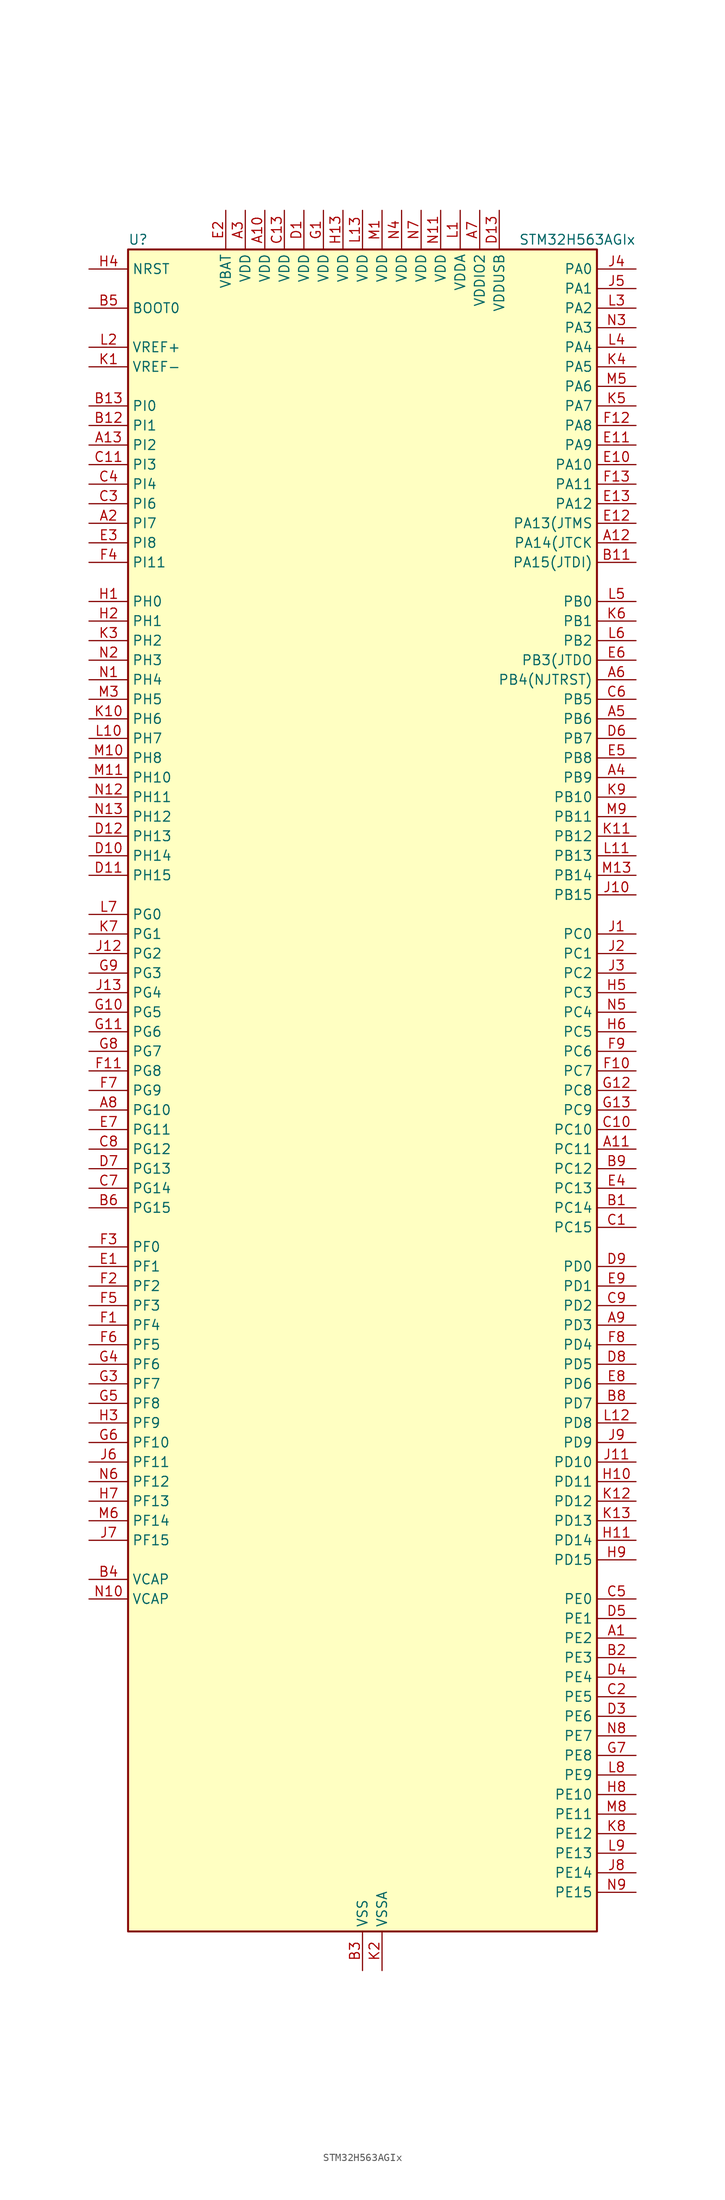
<source format=kicad_sym>
(kicad_symbol_lib
  (version 20231120)
  (generator "kicad_symbol_editor")
  (generator_version "8.0")
  (symbol "STM32H563AGIx"
    (property "Reference" "U"
      (at -30.48 110.49 0)
      (effects (font (size 1.27 1.27)) (justify left)))
    (property "Value" "STM32H563AGIx"
      (at 20.32 110.49 0)
      (effects (font (size 1.27 1.27)) (justify left)))
    (property "ki_locked" ""
      (at 0 0 0)
      (effects (font (size 1.27 1.27))))
    (symbol "STM32H563AGIx_0_1"
      (rectangle (start -30.48 -109.22) (end 30.48 109.22) (stroke (width 0.254) (type default)) (fill (type background))))
    (symbol "STM32H563AGIx_1_1"
      (pin bidirectional line (at 35.56 -71.12 180) (length 5.08) (name "PE2" (effects (font (size 1.27 1.27)))) (number "A1" (effects (font (size 1.27 1.27)))) (alternate "DCMI_D3" bidirectional line) (alternate "DEBUG_TRACECLK" bidirectional line) (alternate "ETH_TXD3" bidirectional line) (alternate "FMC_A23" bidirectional line) (alternate "LPTIM1_IN2" bidirectional line) (alternate "OCTOSPI1_IO2" bidirectional line) (alternate "PSSI_D3" bidirectional line) (alternate "SAI1_CK1" bidirectional line) (alternate "SAI1_MCLK_A" bidirectional line) (alternate "SPI4_SCK" bidirectional line) (alternate "UART8_TX" bidirectional line) (alternate "USART10_RX" bidirectional line))
      (pin power_in line (at -12.7 114.3 270) (length 5.08) (name "VDD" (effects (font (size 1.27 1.27)))) (number "A10" (effects (font (size 1.27 1.27)))))
      (pin bidirectional line (at 35.56 -7.62 180) (length 5.08) (name "PC11" (effects (font (size 1.27 1.27)))) (number "A11" (effects (font (size 1.27 1.27)))) (alternate "ADC1_EXTI11" bidirectional line) (alternate "ADC2_EXTI11" bidirectional line) (alternate "DCMI_D4" bidirectional line) (alternate "I2S3_SDI" bidirectional line) (alternate "LPTIM3_IN1" bidirectional line) (alternate "OCTOSPI1_NCS" bidirectional line) (alternate "PSSI_D4" bidirectional line) (alternate "SDMMC1_D3" bidirectional line) (alternate "SPI3_MISO" bidirectional line) (alternate "UART4_RX" bidirectional line) (alternate "USART3_RX" bidirectional line))
      (pin bidirectional line (at 35.56 71.12 180) (length 5.08) (name "PA14(JTCK" (effects (font (size 1.27 1.27)))) (number "A12" (effects (font (size 1.27 1.27)))) (alternate "DEBUG_JTCK-SWCLK" bidirectional line))
      (pin bidirectional line (at -35.56 83.82 0) (length 5.08) (name "PI2" (effects (font (size 1.27 1.27)))) (number "A13" (effects (font (size 1.27 1.27)))) (alternate "DCMI_D9" bidirectional line) (alternate "I2S2_SDI" bidirectional line) (alternate "PSSI_D9" bidirectional line) (alternate "SPI2_MISO" bidirectional line) (alternate "TIM8_CH4" bidirectional line))
      (pin bidirectional line (at -35.56 73.66 0) (length 5.08) (name "PI7" (effects (font (size 1.27 1.27)))) (number "A2" (effects (font (size 1.27 1.27)))) (alternate "DCMI_D7" bidirectional line) (alternate "PSSI_D7" bidirectional line) (alternate "SAI2_FS_A" bidirectional line) (alternate "TIM8_CH3" bidirectional line))
      (pin power_in line (at -15.24 114.3 270) (length 5.08) (name "VDD" (effects (font (size 1.27 1.27)))) (number "A3" (effects (font (size 1.27 1.27)))))
      (pin bidirectional line (at 35.56 40.64 180) (length 5.08) (name "PB9" (effects (font (size 1.27 1.27)))) (number "A4" (effects (font (size 1.27 1.27)))) (alternate "DAC1_EXTI9" bidirectional line) (alternate "DCMI_D7" bidirectional line) (alternate "FDCAN1_TX" bidirectional line) (alternate "I2C1_SDA" bidirectional line) (alternate "I2C4_SDA" bidirectional line) (alternate "I2S2_WS" bidirectional line) (alternate "I3C1_SDA" bidirectional line) (alternate "PSSI_D7" bidirectional line) (alternate "SDMMC1_CDIR" bidirectional line) (alternate "SDMMC1_D5" bidirectional line) (alternate "SDMMC2_CKIN" bidirectional line) (alternate "SDMMC2_D5" bidirectional line) (alternate "SPI2_NSS" bidirectional line) (alternate "TIM17_CH1" bidirectional line) (alternate "TIM4_CH4" bidirectional line) (alternate "UART4_TX" bidirectional line))
      (pin bidirectional line (at 35.56 48.26 180) (length 5.08) (name "PB6" (effects (font (size 1.27 1.27)))) (number "A5" (effects (font (size 1.27 1.27)))) (alternate "CEC" bidirectional line) (alternate "DCMI_D5" bidirectional line) (alternate "FDCAN2_TX" bidirectional line) (alternate "FMC_SDNE1" bidirectional line) (alternate "I2C1_SCL" bidirectional line) (alternate "I2C4_SCL" bidirectional line) (alternate "I3C1_SCL" bidirectional line) (alternate "LPUART1_TX" bidirectional line) (alternate "OCTOSPI1_NCS" bidirectional line) (alternate "PSSI_D5" bidirectional line) (alternate "TIM16_CH1N" bidirectional line) (alternate "TIM4_CH1" bidirectional line) (alternate "UART5_TX" bidirectional line) (alternate "USART1_TX" bidirectional line))
      (pin bidirectional line (at 35.56 53.34 180) (length 5.08) (name "PB4(NJTRST)" (effects (font (size 1.27 1.27)))) (number "A6" (effects (font (size 1.27 1.27)))) (alternate "DCMI_D7" bidirectional line) (alternate "DEBUG_JTRST" bidirectional line) (alternate "I2S1_SDI" bidirectional line) (alternate "I2S2_WS" bidirectional line) (alternate "I2S3_SDI" bidirectional line) (alternate "LPTIM1_CH2" bidirectional line) (alternate "OCTOSPI1_CLK" bidirectional line) (alternate "PSSI_D7" bidirectional line) (alternate "SDMMC2_D3" bidirectional line) (alternate "SPI1_MISO" bidirectional line) (alternate "SPI2_NSS" bidirectional line) (alternate "SPI3_MISO" bidirectional line) (alternate "SPI6_MISO" bidirectional line) (alternate "TIM16_BKIN" bidirectional line) (alternate "TIM3_CH1" bidirectional line) (alternate "UART7_TX" bidirectional line))
      (pin power_in line (at 15.24 114.3 270) (length 5.08) (name "VDDIO2" (effects (font (size 1.27 1.27)))) (number "A7" (effects (font (size 1.27 1.27)))))
      (pin bidirectional line (at -35.56 -2.54 0) (length 5.08) (name "PG10" (effects (font (size 1.27 1.27)))) (number "A8" (effects (font (size 1.27 1.27)))) (alternate "DCMI_D2" bidirectional line) (alternate "FMC_NE3" bidirectional line) (alternate "I2S1_WS" bidirectional line) (alternate "PSSI_D2" bidirectional line) (alternate "SAI2_SD_B" bidirectional line) (alternate "SDMMC2_D1" bidirectional line) (alternate "SPI1_NSS" bidirectional line))
      (pin bidirectional line (at 35.56 -30.48 180) (length 5.08) (name "PD3" (effects (font (size 1.27 1.27)))) (number "A9" (effects (font (size 1.27 1.27)))) (alternate "DCMI_D5" bidirectional line) (alternate "FMC_CLK" bidirectional line) (alternate "I2S2_CK" bidirectional line) (alternate "PSSI_D5" bidirectional line) (alternate "PWR_WKUP8" bidirectional line) (alternate "SPI2_SCK" bidirectional line) (alternate "USART2_CTS" bidirectional line) (alternate "USART2_NSS" bidirectional line))
      (pin bidirectional line (at 35.56 -15.24 180) (length 5.08) (name "PC14" (effects (font (size 1.27 1.27)))) (number "B1" (effects (font (size 1.27 1.27)))) (alternate "RCC_OSC32_IN" bidirectional line))
      (pin passive line (at 0 -114.3 90) (length 5.08) hide (name "VSS" (effects (font (size 1.27 1.27)))) (number "B10" (effects (font (size 1.27 1.27)))))
      (pin bidirectional line (at 35.56 68.58 180) (length 5.08) (name "PA15(JTDI)" (effects (font (size 1.27 1.27)))) (number "B11" (effects (font (size 1.27 1.27)))) (alternate "ADC1_EXTI15" bidirectional line) (alternate "ADC2_EXTI15" bidirectional line) (alternate "CEC" bidirectional line) (alternate "DCMI_D11" bidirectional line) (alternate "DEBUG_JTDI" bidirectional line) (alternate "FMC_NBL1" bidirectional line) (alternate "I2S1_WS" bidirectional line) (alternate "I2S3_WS" bidirectional line) (alternate "LPTIM3_IN2" bidirectional line) (alternate "PSSI_D11" bidirectional line) (alternate "SPI1_NSS" bidirectional line) (alternate "SPI3_NSS" bidirectional line) (alternate "SPI6_NSS" bidirectional line) (alternate "TIM2_CH1" bidirectional line) (alternate "TIM2_ETR" bidirectional line) (alternate "UART4_DE" bidirectional line) (alternate "UART4_RTS" bidirectional line) (alternate "UART7_TX" bidirectional line))
      (pin bidirectional line (at -35.56 86.36 0) (length 5.08) (name "PI1" (effects (font (size 1.27 1.27)))) (number "B12" (effects (font (size 1.27 1.27)))) (alternate "DCMI_D8" bidirectional line) (alternate "I2S2_CK" bidirectional line) (alternate "PSSI_D8" bidirectional line) (alternate "SPI2_SCK" bidirectional line) (alternate "TIM8_BKIN2" bidirectional line))
      (pin bidirectional line (at -35.56 88.9 0) (length 5.08) (name "PI0" (effects (font (size 1.27 1.27)))) (number "B13" (effects (font (size 1.27 1.27)))) (alternate "DCMI_D13" bidirectional line) (alternate "I2S2_WS" bidirectional line) (alternate "PSSI_D13" bidirectional line) (alternate "SPI2_NSS" bidirectional line) (alternate "TIM5_CH4" bidirectional line))
      (pin bidirectional line (at 35.56 -73.66 180) (length 5.08) (name "PE3" (effects (font (size 1.27 1.27)))) (number "B2" (effects (font (size 1.27 1.27)))) (alternate "DEBUG_TRACED0" bidirectional line) (alternate "FMC_A19" bidirectional line) (alternate "SAI1_SD_B" bidirectional line) (alternate "TAMP_IN6" bidirectional line) (alternate "TAMP_OUT3" bidirectional line) (alternate "TIM15_BKIN" bidirectional line) (alternate "USART10_TX" bidirectional line))
      (pin power_in line (at 0 -114.3 90) (length 5.08) (name "VSS" (effects (font (size 1.27 1.27)))) (number "B3" (effects (font (size 1.27 1.27)))))
      (pin power_out line (at -35.56 -63.5 0) (length 5.08) (name "VCAP" (effects (font (size 1.27 1.27)))) (number "B4" (effects (font (size 1.27 1.27)))))
      (pin input line (at -35.56 101.6 0) (length 5.08) (name "BOOT0" (effects (font (size 1.27 1.27)))) (number "B5" (effects (font (size 1.27 1.27)))))
      (pin bidirectional line (at -35.56 -15.24 0) (length 5.08) (name "PG15" (effects (font (size 1.27 1.27)))) (number "B6" (effects (font (size 1.27 1.27)))) (alternate "ADC1_EXTI15" bidirectional line) (alternate "ADC2_EXTI15" bidirectional line) (alternate "DCMI_D13" bidirectional line) (alternate "FMC_SDNCAS" bidirectional line) (alternate "PSSI_D13" bidirectional line) (alternate "SPI4_RDY" bidirectional line) (alternate "USART10_CK" bidirectional line) (alternate "USART6_CTS" bidirectional line) (alternate "USART6_NSS" bidirectional line))
      (pin passive line (at 0 -114.3 90) (length 5.08) hide (name "VSS" (effects (font (size 1.27 1.27)))) (number "B7" (effects (font (size 1.27 1.27)))))
      (pin bidirectional line (at 35.56 -40.64 180) (length 5.08) (name "PD7" (effects (font (size 1.27 1.27)))) (number "B8" (effects (font (size 1.27 1.27)))) (alternate "FMC_NCE" bidirectional line) (alternate "FMC_NE1" bidirectional line) (alternate "I2S1_SDO" bidirectional line) (alternate "LPTIM4_OUT" bidirectional line) (alternate "OCTOSPI1_IO7" bidirectional line) (alternate "SDMMC2_CMD" bidirectional line) (alternate "SPI1_MOSI" bidirectional line) (alternate "USART2_CK" bidirectional line))
      (pin bidirectional line (at 35.56 -10.16 180) (length 5.08) (name "PC12" (effects (font (size 1.27 1.27)))) (number "B9" (effects (font (size 1.27 1.27)))) (alternate "DCMI_D9" bidirectional line) (alternate "DEBUG_TRACED3" bidirectional line) (alternate "I2S3_SDO" bidirectional line) (alternate "PSSI_D9" bidirectional line) (alternate "SDMMC1_CK" bidirectional line) (alternate "SPI3_MOSI" bidirectional line) (alternate "SPI6_SCK" bidirectional line) (alternate "TIM15_CH1" bidirectional line) (alternate "UART5_TX" bidirectional line) (alternate "USART3_CK" bidirectional line))
      (pin bidirectional line (at 35.56 -17.78 180) (length 5.08) (name "PC15" (effects (font (size 1.27 1.27)))) (number "C1" (effects (font (size 1.27 1.27)))) (alternate "ADC1_EXTI15" bidirectional line) (alternate "ADC2_EXTI15" bidirectional line) (alternate "RCC_OSC32_OUT" bidirectional line))
      (pin bidirectional line (at 35.56 -5.08 180) (length 5.08) (name "PC10" (effects (font (size 1.27 1.27)))) (number "C10" (effects (font (size 1.27 1.27)))) (alternate "DCMI_D8" bidirectional line) (alternate "ETH_TXD0" bidirectional line) (alternate "I2S3_CK" bidirectional line) (alternate "LPTIM3_ETR" bidirectional line) (alternate "OCTOSPI1_IO1" bidirectional line) (alternate "PSSI_D8" bidirectional line) (alternate "SDMMC1_D2" bidirectional line) (alternate "SPI3_SCK" bidirectional line) (alternate "UART4_TX" bidirectional line) (alternate "USART3_TX" bidirectional line))
      (pin bidirectional line (at -35.56 81.28 0) (length 5.08) (name "PI3" (effects (font (size 1.27 1.27)))) (number "C11" (effects (font (size 1.27 1.27)))) (alternate "DCMI_D10" bidirectional line) (alternate "I2S2_SDO" bidirectional line) (alternate "PSSI_D10" bidirectional line) (alternate "SPI2_MOSI" bidirectional line) (alternate "TIM8_ETR" bidirectional line))
      (pin passive line (at 0 -114.3 90) (length 5.08) hide (name "VSS" (effects (font (size 1.27 1.27)))) (number "C12" (effects (font (size 1.27 1.27)))))
      (pin power_in line (at -10.16 114.3 270) (length 5.08) (name "VDD" (effects (font (size 1.27 1.27)))) (number "C13" (effects (font (size 1.27 1.27)))))
      (pin bidirectional line (at 35.56 -78.74 180) (length 5.08) (name "PE5" (effects (font (size 1.27 1.27)))) (number "C2" (effects (font (size 1.27 1.27)))) (alternate "DCMI_D6" bidirectional line) (alternate "DEBUG_TRACED2" bidirectional line) (alternate "FMC_A21" bidirectional line) (alternate "PSSI_D6" bidirectional line) (alternate "SAI1_CK2" bidirectional line) (alternate "SAI1_SCK_A" bidirectional line) (alternate "SPI4_MISO" bidirectional line) (alternate "TAMP_IN8" bidirectional line) (alternate "TAMP_OUT7" bidirectional line) (alternate "TIM15_CH1" bidirectional line))
      (pin bidirectional line (at -35.56 76.2 0) (length 5.08) (name "PI6" (effects (font (size 1.27 1.27)))) (number "C3" (effects (font (size 1.27 1.27)))) (alternate "DCMI_D6" bidirectional line) (alternate "PSSI_D6" bidirectional line) (alternate "SAI2_SD_A" bidirectional line) (alternate "TIM8_CH2" bidirectional line))
      (pin bidirectional line (at -35.56 78.74 0) (length 5.08) (name "PI4" (effects (font (size 1.27 1.27)))) (number "C4" (effects (font (size 1.27 1.27)))) (alternate "DCMI_D5" bidirectional line) (alternate "PSSI_D5" bidirectional line) (alternate "SAI2_MCLK_A" bidirectional line) (alternate "SPI2_RDY" bidirectional line) (alternate "TIM8_BKIN" bidirectional line))
      (pin bidirectional line (at 35.56 -66.04 180) (length 5.08) (name "PE0" (effects (font (size 1.27 1.27)))) (number "C5" (effects (font (size 1.27 1.27)))) (alternate "DCMI_D2" bidirectional line) (alternate "FDCAN1_RX" bidirectional line) (alternate "FMC_NBL0" bidirectional line) (alternate "LPTIM1_ETR" bidirectional line) (alternate "LPTIM2_CH2" bidirectional line) (alternate "LPTIM2_ETR" bidirectional line) (alternate "PSSI_D2" bidirectional line) (alternate "SAI2_MCLK_A" bidirectional line) (alternate "SPI3_RDY" bidirectional line) (alternate "TIM4_ETR" bidirectional line) (alternate "UART8_RX" bidirectional line))
      (pin bidirectional line (at 35.56 50.8 180) (length 5.08) (name "PB5" (effects (font (size 1.27 1.27)))) (number "C6" (effects (font (size 1.27 1.27)))) (alternate "DCMI_D10" bidirectional line) (alternate "ETH_PPS_OUT" bidirectional line) (alternate "FDCAN2_RX" bidirectional line) (alternate "FMC_SDCKE1" bidirectional line) (alternate "I2C1_SMBA" bidirectional line) (alternate "I2C4_SMBA" bidirectional line) (alternate "I2S1_SDO" bidirectional line) (alternate "I2S3_SDO" bidirectional line) (alternate "OCTOSPI1_NCLK" bidirectional line) (alternate "PSSI_D10" bidirectional line) (alternate "SPI1_MOSI" bidirectional line) (alternate "SPI3_MOSI" bidirectional line) (alternate "SPI6_MOSI" bidirectional line) (alternate "TIM17_BKIN" bidirectional line) (alternate "TIM3_CH2" bidirectional line) (alternate "UART5_RX" bidirectional line))
      (pin bidirectional line (at -35.56 -12.7 0) (length 5.08) (name "PG14" (effects (font (size 1.27 1.27)))) (number "C7" (effects (font (size 1.27 1.27)))) (alternate "DEBUG_TRACED1" bidirectional line) (alternate "ETH_TXD1" bidirectional line) (alternate "FMC_A25" bidirectional line) (alternate "LPTIM1_CH2" bidirectional line) (alternate "LPTIM1_ETR" bidirectional line) (alternate "LPTIM5_IN1" bidirectional line) (alternate "OCTOSPI1_IO7" bidirectional line) (alternate "SDMMC2_D7" bidirectional line) (alternate "SPI6_MOSI" bidirectional line) (alternate "USART10_RTS" bidirectional line) (alternate "USART6_TX" bidirectional line))
      (pin bidirectional line (at -35.56 -7.62 0) (length 5.08) (name "PG12" (effects (font (size 1.27 1.27)))) (number "C8" (effects (font (size 1.27 1.27)))) (alternate "DCMI_D11" bidirectional line) (alternate "ETH_TXD1" bidirectional line) (alternate "FMC_NE4" bidirectional line) (alternate "LPTIM1_IN1" bidirectional line) (alternate "LPTIM5_CH1" bidirectional line) (alternate "PSSI_D11" bidirectional line) (alternate "PSSI_D15" bidirectional line) (alternate "SDMMC2_D3" bidirectional line) (alternate "SPI6_MISO" bidirectional line) (alternate "USART10_TX" bidirectional line) (alternate "USART6_RTS" bidirectional line))
      (pin bidirectional line (at 35.56 -27.94 180) (length 5.08) (name "PD2" (effects (font (size 1.27 1.27)))) (number "C9" (effects (font (size 1.27 1.27)))) (alternate "DCMI_D11" bidirectional line) (alternate "DEBUG_TRACED2" bidirectional line) (alternate "LPTIM4_ETR" bidirectional line) (alternate "PSSI_D11" bidirectional line) (alternate "PWR_WKUP7" bidirectional line) (alternate "SDMMC1_CMD" bidirectional line) (alternate "TIM15_BKIN" bidirectional line) (alternate "TIM3_ETR" bidirectional line) (alternate "UART5_RX" bidirectional line))
      (pin power_in line (at -7.62 114.3 270) (length 5.08) (name "VDD" (effects (font (size 1.27 1.27)))) (number "D1" (effects (font (size 1.27 1.27)))))
      (pin bidirectional line (at -35.56 30.48 0) (length 5.08) (name "PH14" (effects (font (size 1.27 1.27)))) (number "D10" (effects (font (size 1.27 1.27)))) (alternate "DCMI_D4" bidirectional line) (alternate "FDCAN1_RX" bidirectional line) (alternate "PSSI_D4" bidirectional line) (alternate "TIM8_CH2N" bidirectional line) (alternate "UART4_RX" bidirectional line))
      (pin bidirectional line (at -35.56 27.94 0) (length 5.08) (name "PH15" (effects (font (size 1.27 1.27)))) (number "D11" (effects (font (size 1.27 1.27)))) (alternate "ADC1_EXTI15" bidirectional line) (alternate "ADC2_EXTI15" bidirectional line) (alternate "DCMI_D11" bidirectional line) (alternate "PSSI_D11" bidirectional line) (alternate "TIM8_CH3N" bidirectional line))
      (pin bidirectional line (at -35.56 33.02 0) (length 5.08) (name "PH13" (effects (font (size 1.27 1.27)))) (number "D12" (effects (font (size 1.27 1.27)))) (alternate "DCMI_D3" bidirectional line) (alternate "FDCAN1_TX" bidirectional line) (alternate "LPTIM1_IN2" bidirectional line) (alternate "PSSI_D3" bidirectional line) (alternate "TIM8_CH1N" bidirectional line) (alternate "UART4_TX" bidirectional line) (alternate "UART8_TX" bidirectional line))
      (pin power_in line (at 17.78 114.3 270) (length 5.08) (name "VDDUSB" (effects (font (size 1.27 1.27)))) (number "D13" (effects (font (size 1.27 1.27)))))
      (pin passive line (at 0 -114.3 90) (length 5.08) hide (name "VSS" (effects (font (size 1.27 1.27)))) (number "D2" (effects (font (size 1.27 1.27)))))
      (pin bidirectional line (at 35.56 -81.28 180) (length 5.08) (name "PE6" (effects (font (size 1.27 1.27)))) (number "D3" (effects (font (size 1.27 1.27)))) (alternate "DCMI_D7" bidirectional line) (alternate "DEBUG_TRACED3" bidirectional line) (alternate "FMC_A22" bidirectional line) (alternate "PSSI_D7" bidirectional line) (alternate "SAI1_D1" bidirectional line) (alternate "SAI1_SD_A" bidirectional line) (alternate "SAI2_MCLK_B" bidirectional line) (alternate "SPI4_MOSI" bidirectional line) (alternate "TAMP_IN3" bidirectional line) (alternate "TAMP_OUT6" bidirectional line) (alternate "TIM15_CH2" bidirectional line) (alternate "TIM1_BKIN2" bidirectional line))
      (pin bidirectional line (at 35.56 -76.2 180) (length 5.08) (name "PE4" (effects (font (size 1.27 1.27)))) (number "D4" (effects (font (size 1.27 1.27)))) (alternate "DCMI_D4" bidirectional line) (alternate "DEBUG_TRACED1" bidirectional line) (alternate "FMC_A20" bidirectional line) (alternate "PSSI_D4" bidirectional line) (alternate "SAI1_D2" bidirectional line) (alternate "SAI1_FS_A" bidirectional line) (alternate "SPI4_NSS" bidirectional line) (alternate "TAMP_IN7" bidirectional line) (alternate "TAMP_OUT8" bidirectional line) (alternate "TIM15_CH1N" bidirectional line))
      (pin bidirectional line (at 35.56 -68.58 180) (length 5.08) (name "PE1" (effects (font (size 1.27 1.27)))) (number "D5" (effects (font (size 1.27 1.27)))) (alternate "DCMI_D3" bidirectional line) (alternate "FDCAN1_TX" bidirectional line) (alternate "FMC_NBL1" bidirectional line) (alternate "LPTIM1_IN2" bidirectional line) (alternate "PSSI_D3" bidirectional line) (alternate "UART8_TX" bidirectional line))
      (pin bidirectional line (at 35.56 45.72 180) (length 5.08) (name "PB7" (effects (font (size 1.27 1.27)))) (number "D6" (effects (font (size 1.27 1.27)))) (alternate "DCMI_VSYNC" bidirectional line) (alternate "FDCAN1_TX" bidirectional line) (alternate "FMC_NL" bidirectional line) (alternate "I2C1_SDA" bidirectional line) (alternate "I2C4_SDA" bidirectional line) (alternate "I3C1_SDA" bidirectional line) (alternate "LPUART1_RX" bidirectional line) (alternate "PSSI_RDY" bidirectional line) (alternate "PWR_WKUP5" bidirectional line) (alternate "SDMMC2_CKIN" bidirectional line) (alternate "SDMMC2_D5" bidirectional line) (alternate "TIM17_CH1N" bidirectional line) (alternate "TIM4_CH2" bidirectional line) (alternate "USART1_RX" bidirectional line))
      (pin bidirectional line (at -35.56 -10.16 0) (length 5.08) (name "PG13" (effects (font (size 1.27 1.27)))) (number "D7" (effects (font (size 1.27 1.27)))) (alternate "DEBUG_TRACED0" bidirectional line) (alternate "ETH_TXD0" bidirectional line) (alternate "FMC_A24" bidirectional line) (alternate "LPTIM1_CH1" bidirectional line) (alternate "LPTIM5_CH2" bidirectional line) (alternate "SDMMC2_D6" bidirectional line) (alternate "SPI6_SCK" bidirectional line) (alternate "USART10_CTS" bidirectional line) (alternate "USART10_NSS" bidirectional line) (alternate "USART6_CTS" bidirectional line) (alternate "USART6_NSS" bidirectional line))
      (pin bidirectional line (at 35.56 -35.56 180) (length 5.08) (name "PD5" (effects (font (size 1.27 1.27)))) (number "D8" (effects (font (size 1.27 1.27)))) (alternate "FDCAN1_TX" bidirectional line) (alternate "FMC_NWE" bidirectional line) (alternate "OCTOSPI1_IO5" bidirectional line) (alternate "SPI2_RDY" bidirectional line) (alternate "TIM1_CH4N" bidirectional line) (alternate "USART2_TX" bidirectional line))
      (pin bidirectional line (at 35.56 -22.86 180) (length 5.08) (name "PD0" (effects (font (size 1.27 1.27)))) (number "D9" (effects (font (size 1.27 1.27)))) (alternate "FDCAN1_RX" bidirectional line) (alternate "FMC_D2" bidirectional line) (alternate "FMC_DA2" bidirectional line) (alternate "TIM8_CH4N" bidirectional line) (alternate "UART4_RX" bidirectional line) (alternate "UART9_CTS" bidirectional line))
      (pin bidirectional line (at -35.56 -22.86 0) (length 5.08) (name "PF1" (effects (font (size 1.27 1.27)))) (number "E1" (effects (font (size 1.27 1.27)))) (alternate "FMC_A1" bidirectional line) (alternate "I2C2_SCL" bidirectional line) (alternate "LPTIM5_CH2" bidirectional line))
      (pin bidirectional line (at 35.56 81.28 180) (length 5.08) (name "PA10" (effects (font (size 1.27 1.27)))) (number "E10" (effects (font (size 1.27 1.27)))) (alternate "DCMI_D1" bidirectional line) (alternate "FDCAN2_TX" bidirectional line) (alternate "LPTIM2_IN2" bidirectional line) (alternate "LPUART1_RX" bidirectional line) (alternate "PSSI_D1" bidirectional line) (alternate "SDMMC1_D0" bidirectional line) (alternate "TIM1_CH3" bidirectional line) (alternate "UCPD1_FRSTX" bidirectional line) (alternate "USART1_RX" bidirectional line))
      (pin bidirectional line (at 35.56 83.82 180) (length 5.08) (name "PA9" (effects (font (size 1.27 1.27)))) (number "E11" (effects (font (size 1.27 1.27)))) (alternate "DAC1_EXTI9" bidirectional line) (alternate "DCMI_D0" bidirectional line) (alternate "ETH_TX_ER" bidirectional line) (alternate "FMC_NWE" bidirectional line) (alternate "I2C3_SMBA" bidirectional line) (alternate "I2S2_CK" bidirectional line) (alternate "LPUART1_TX" bidirectional line) (alternate "PSSI_D0" bidirectional line) (alternate "SPI2_SCK" bidirectional line) (alternate "TIM1_CH2" bidirectional line) (alternate "UCPD1_DB1" bidirectional line) (alternate "USART1_TX" bidirectional line))
      (pin bidirectional line (at 35.56 73.66 180) (length 5.08) (name "PA13(JTMS" (effects (font (size 1.27 1.27)))) (number "E12" (effects (font (size 1.27 1.27)))) (alternate "DEBUG_JTMS-SWDIO" bidirectional line))
      (pin bidirectional line (at 35.56 76.2 180) (length 5.08) (name "PA12" (effects (font (size 1.27 1.27)))) (number "E13" (effects (font (size 1.27 1.27)))) (alternate "FDCAN1_TX" bidirectional line) (alternate "I2S2_CK" bidirectional line) (alternate "LPUART1_RTS" bidirectional line) (alternate "SAI2_FS_B" bidirectional line) (alternate "SPI2_SCK" bidirectional line) (alternate "TIM1_ETR" bidirectional line) (alternate "UART4_TX" bidirectional line) (alternate "USART1_RTS" bidirectional line) (alternate "USB_DP" bidirectional line))
      (pin power_in line (at -17.78 114.3 270) (length 5.08) (name "VBAT" (effects (font (size 1.27 1.27)))) (number "E2" (effects (font (size 1.27 1.27)))))
      (pin bidirectional line (at -35.56 71.12 0) (length 5.08) (name "PI8" (effects (font (size 1.27 1.27)))) (number "E3" (effects (font (size 1.27 1.27)))) (alternate "PWR_WKUP3" bidirectional line) (alternate "RTC_OUT2" bidirectional line) (alternate "TAMP_IN2" bidirectional line) (alternate "TAMP_OUT3" bidirectional line))
      (pin bidirectional line (at 35.56 -12.7 180) (length 5.08) (name "PC13" (effects (font (size 1.27 1.27)))) (number "E4" (effects (font (size 1.27 1.27)))) (alternate "PWR_WKUP4" bidirectional line) (alternate "RTC_OUT1" bidirectional line) (alternate "RTC_TS" bidirectional line) (alternate "TAMP_IN1" bidirectional line) (alternate "TAMP_OUT2" bidirectional line) (alternate "TAMP_OUT3" bidirectional line))
      (pin bidirectional line (at 35.56 43.18 180) (length 5.08) (name "PB8" (effects (font (size 1.27 1.27)))) (number "E5" (effects (font (size 1.27 1.27)))) (alternate "DCMI_D6" bidirectional line) (alternate "ETH_TXD3" bidirectional line) (alternate "FDCAN1_RX" bidirectional line) (alternate "I2C1_SCL" bidirectional line) (alternate "I2C4_SCL" bidirectional line) (alternate "I3C1_SCL" bidirectional line) (alternate "PSSI_D6" bidirectional line) (alternate "SDMMC1_CKIN" bidirectional line) (alternate "SDMMC1_D4" bidirectional line) (alternate "SDMMC2_D4" bidirectional line) (alternate "SPI4_RDY" bidirectional line) (alternate "TIM16_CH1" bidirectional line) (alternate "TIM4_CH3" bidirectional line) (alternate "UART4_RX" bidirectional line))
      (pin bidirectional line (at 35.56 55.88 180) (length 5.08) (name "PB3(JTDO" (effects (font (size 1.27 1.27)))) (number "E6" (effects (font (size 1.27 1.27)))) (alternate "CRS_SYNC" bidirectional line) (alternate "DEBUG_JTDO-SWO" bidirectional line) (alternate "I2C2_SDA" bidirectional line) (alternate "I2S1_CK" bidirectional line) (alternate "I2S3_CK" bidirectional line) (alternate "LPTIM6_ETR" bidirectional line) (alternate "SDMMC2_D2" bidirectional line) (alternate "SPI1_SCK" bidirectional line) (alternate "SPI3_SCK" bidirectional line) (alternate "SPI6_SCK" bidirectional line) (alternate "TIM2_CH2" bidirectional line) (alternate "UART12_CTS" bidirectional line) (alternate "UART7_RX" bidirectional line))
      (pin bidirectional line (at -35.56 -5.08 0) (length 5.08) (name "PG11" (effects (font (size 1.27 1.27)))) (number "E7" (effects (font (size 1.27 1.27)))) (alternate "ADC1_EXTI11" bidirectional line) (alternate "ADC2_EXTI11" bidirectional line) (alternate "DCMI_D3" bidirectional line) (alternate "ETH_TX_EN" bidirectional line) (alternate "I2S1_CK" bidirectional line) (alternate "LPTIM1_IN2" bidirectional line) (alternate "PSSI_D3" bidirectional line) (alternate "SDMMC2_D2" bidirectional line) (alternate "SPI1_SCK" bidirectional line) (alternate "USART10_RX" bidirectional line) (alternate "USART11_RTS" bidirectional line))
      (pin bidirectional line (at 35.56 -38.1 180) (length 5.08) (name "PD6" (effects (font (size 1.27 1.27)))) (number "E8" (effects (font (size 1.27 1.27)))) (alternate "DCMI_D10" bidirectional line) (alternate "FMC_NWAIT" bidirectional line) (alternate "I2S3_SDO" bidirectional line) (alternate "OCTOSPI1_IO6" bidirectional line) (alternate "PSSI_D10" bidirectional line) (alternate "SAI1_D1" bidirectional line) (alternate "SAI1_SD_A" bidirectional line) (alternate "SDMMC2_CK" bidirectional line) (alternate "SPI3_MOSI" bidirectional line) (alternate "USART2_RX" bidirectional line))
      (pin bidirectional line (at 35.56 -25.4 180) (length 5.08) (name "PD1" (effects (font (size 1.27 1.27)))) (number "E9" (effects (font (size 1.27 1.27)))) (alternate "FDCAN1_TX" bidirectional line) (alternate "FMC_D3" bidirectional line) (alternate "FMC_DA3" bidirectional line) (alternate "UART4_TX" bidirectional line))
      (pin bidirectional line (at -35.56 -30.48 0) (length 5.08) (name "PF4" (effects (font (size 1.27 1.27)))) (number "F1" (effects (font (size 1.27 1.27)))) (alternate "FMC_A4" bidirectional line) (alternate "LPTIM3_ETR" bidirectional line) (alternate "USART11_RX" bidirectional line))
      (pin bidirectional line (at 35.56 2.54 180) (length 5.08) (name "PC7" (effects (font (size 1.27 1.27)))) (number "F10" (effects (font (size 1.27 1.27)))) (alternate "DCMI_D1" bidirectional line) (alternate "DEBUG_TRGIO" bidirectional line) (alternate "FMC_NE1" bidirectional line) (alternate "I2S3_MCK" bidirectional line) (alternate "OCTOSPI1_IO6" bidirectional line) (alternate "PSSI_D1" bidirectional line) (alternate "SDMMC1_D123DIR" bidirectional line) (alternate "SDMMC1_D7" bidirectional line) (alternate "SDMMC2_D7" bidirectional line) (alternate "TIM3_CH2" bidirectional line) (alternate "TIM8_CH2" bidirectional line) (alternate "USART6_RX" bidirectional line))
      (pin bidirectional line (at -35.56 2.54 0) (length 5.08) (name "PG8" (effects (font (size 1.27 1.27)))) (number "F11" (effects (font (size 1.27 1.27)))) (alternate "ETH_PPS_OUT" bidirectional line) (alternate "FMC_SDCLK" bidirectional line) (alternate "SPI6_NSS" bidirectional line) (alternate "TIM8_ETR" bidirectional line) (alternate "USART6_RTS" bidirectional line))
      (pin bidirectional line (at 35.56 86.36 180) (length 5.08) (name "PA8" (effects (font (size 1.27 1.27)))) (number "F12" (effects (font (size 1.27 1.27)))) (alternate "DCMI_D3" bidirectional line) (alternate "FMC_NOE" bidirectional line) (alternate "I2C3_SCL" bidirectional line) (alternate "PSSI_D3" bidirectional line) (alternate "RCC_MCO_1" bidirectional line) (alternate "SPI1_RDY" bidirectional line) (alternate "TIM1_CH1" bidirectional line) (alternate "TIM8_BKIN2" bidirectional line) (alternate "UART7_RX" bidirectional line) (alternate "USART1_CK" bidirectional line) (alternate "USB_SOF" bidirectional line))
      (pin bidirectional line (at 35.56 78.74 180) (length 5.08) (name "PA11" (effects (font (size 1.27 1.27)))) (number "F13" (effects (font (size 1.27 1.27)))) (alternate "ADC1_EXTI11" bidirectional line) (alternate "ADC2_EXTI11" bidirectional line) (alternate "FDCAN1_RX" bidirectional line) (alternate "I2S2_WS" bidirectional line) (alternate "LPUART1_CTS" bidirectional line) (alternate "SPI2_NSS" bidirectional line) (alternate "TIM1_CH4" bidirectional line) (alternate "UART4_RX" bidirectional line) (alternate "USART1_CTS" bidirectional line) (alternate "USART1_NSS" bidirectional line) (alternate "USB_DM" bidirectional line))
      (pin bidirectional line (at -35.56 -25.4 0) (length 5.08) (name "PF2" (effects (font (size 1.27 1.27)))) (number "F2" (effects (font (size 1.27 1.27)))) (alternate "FMC_A2" bidirectional line) (alternate "I2C2_SMBA" bidirectional line) (alternate "LPTIM3_CH2" bidirectional line) (alternate "LPTIM3_IN2" bidirectional line) (alternate "LPTIM5_IN1" bidirectional line) (alternate "UART12_TX" bidirectional line) (alternate "USART11_CK" bidirectional line))
      (pin bidirectional line (at -35.56 -20.32 0) (length 5.08) (name "PF0" (effects (font (size 1.27 1.27)))) (number "F3" (effects (font (size 1.27 1.27)))) (alternate "FMC_A0" bidirectional line) (alternate "I2C2_SDA" bidirectional line) (alternate "LPTIM5_CH1" bidirectional line))
      (pin bidirectional line (at -35.56 68.58 0) (length 5.08) (name "PI11" (effects (font (size 1.27 1.27)))) (number "F4" (effects (font (size 1.27 1.27)))) (alternate "ADC1_EXTI11" bidirectional line) (alternate "ADC2_EXTI11" bidirectional line) (alternate "PSSI_D15" bidirectional line) (alternate "TAMP_IN4" bidirectional line) (alternate "TAMP_OUT5" bidirectional line))
      (pin bidirectional line (at -35.56 -27.94 0) (length 5.08) (name "PF3" (effects (font (size 1.27 1.27)))) (number "F5" (effects (font (size 1.27 1.27)))) (alternate "FMC_A3" bidirectional line) (alternate "LPTIM3_IN1" bidirectional line) (alternate "LPTIM5_IN2" bidirectional line) (alternate "USART11_TX" bidirectional line))
      (pin bidirectional line (at -35.56 -33.02 0) (length 5.08) (name "PF5" (effects (font (size 1.27 1.27)))) (number "F6" (effects (font (size 1.27 1.27)))) (alternate "FMC_A5" bidirectional line) (alternate "I2C4_SCL" bidirectional line) (alternate "I3C1_SCL" bidirectional line) (alternate "LPTIM3_CH1" bidirectional line) (alternate "LPTIM3_IN1" bidirectional line) (alternate "UART12_RX" bidirectional line) (alternate "USART11_CTS" bidirectional line) (alternate "USART11_NSS" bidirectional line))
      (pin bidirectional line (at -35.56 0 0) (length 5.08) (name "PG9" (effects (font (size 1.27 1.27)))) (number "F7" (effects (font (size 1.27 1.27)))) (alternate "DAC1_EXTI9" bidirectional line) (alternate "DCMI_VSYNC" bidirectional line) (alternate "FMC_NCE" bidirectional line) (alternate "FMC_NE2" bidirectional line) (alternate "I2S1_SDI" bidirectional line) (alternate "OCTOSPI1_IO6" bidirectional line) (alternate "PSSI_RDY" bidirectional line) (alternate "SAI2_FS_B" bidirectional line) (alternate "SDMMC2_D0" bidirectional line) (alternate "SPI1_MISO" bidirectional line) (alternate "USART6_RX" bidirectional line))
      (pin bidirectional line (at 35.56 -33.02 180) (length 5.08) (name "PD4" (effects (font (size 1.27 1.27)))) (number "F8" (effects (font (size 1.27 1.27)))) (alternate "FMC_NOE" bidirectional line) (alternate "OCTOSPI1_IO4" bidirectional line) (alternate "USART2_RTS" bidirectional line))
      (pin bidirectional line (at 35.56 5.08 180) (length 5.08) (name "PC6" (effects (font (size 1.27 1.27)))) (number "F9" (effects (font (size 1.27 1.27)))) (alternate "DCMI_D0" bidirectional line) (alternate "FMC_NWAIT" bidirectional line) (alternate "I2S2_MCK" bidirectional line) (alternate "OCTOSPI1_IO5" bidirectional line) (alternate "PSSI_D0" bidirectional line) (alternate "SAI1_SCK_A" bidirectional line) (alternate "SDMMC1_D0DIR" bidirectional line) (alternate "SDMMC1_D6" bidirectional line) (alternate "SDMMC2_D6" bidirectional line) (alternate "TIM3_CH1" bidirectional line) (alternate "TIM8_CH1" bidirectional line) (alternate "USART6_TX" bidirectional line))
      (pin power_in line (at -5.08 114.3 270) (length 5.08) (name "VDD" (effects (font (size 1.27 1.27)))) (number "G1" (effects (font (size 1.27 1.27)))))
      (pin bidirectional line (at -35.56 10.16 0) (length 5.08) (name "PG5" (effects (font (size 1.27 1.27)))) (number "G10" (effects (font (size 1.27 1.27)))) (alternate "FMC_A15" bidirectional line) (alternate "FMC_BA1" bidirectional line) (alternate "TIM1_ETR" bidirectional line))
      (pin bidirectional line (at -35.56 7.62 0) (length 5.08) (name "PG6" (effects (font (size 1.27 1.27)))) (number "G11" (effects (font (size 1.27 1.27)))) (alternate "DCMI_D12" bidirectional line) (alternate "FMC_NE3" bidirectional line) (alternate "I2C4_SDA" bidirectional line) (alternate "I3C1_SDA" bidirectional line) (alternate "OCTOSPI1_NCS" bidirectional line) (alternate "PSSI_D12" bidirectional line) (alternate "SPI1_RDY" bidirectional line) (alternate "TIM17_BKIN" bidirectional line) (alternate "UCPD1_FRSTX" bidirectional line))
      (pin bidirectional line (at 35.56 0 180) (length 5.08) (name "PC8" (effects (font (size 1.27 1.27)))) (number "G12" (effects (font (size 1.27 1.27)))) (alternate "DCMI_D2" bidirectional line) (alternate "DEBUG_TRACED1" bidirectional line) (alternate "FMC_ALE" bidirectional line) (alternate "FMC_INT" bidirectional line) (alternate "FMC_NCE" bidirectional line) (alternate "FMC_NE2" bidirectional line) (alternate "PSSI_D2" bidirectional line) (alternate "SDMMC1_D0" bidirectional line) (alternate "TIM3_CH3" bidirectional line) (alternate "TIM8_CH3" bidirectional line) (alternate "UART5_DE" bidirectional line) (alternate "UART5_RTS" bidirectional line) (alternate "USART6_CK" bidirectional line))
      (pin bidirectional line (at 35.56 -2.54 180) (length 5.08) (name "PC9" (effects (font (size 1.27 1.27)))) (number "G13" (effects (font (size 1.27 1.27)))) (alternate "AUDIOCLK" bidirectional line) (alternate "DAC1_EXTI9" bidirectional line) (alternate "DCMI_D3" bidirectional line) (alternate "FMC_CLE" bidirectional line) (alternate "I2C3_SDA" bidirectional line) (alternate "OCTOSPI1_IO0" bidirectional line) (alternate "PSSI_D3" bidirectional line) (alternate "RCC_MCO_2" bidirectional line) (alternate "SDMMC1_D1" bidirectional line) (alternate "TIM3_CH4" bidirectional line) (alternate "TIM8_CH4" bidirectional line) (alternate "UART5_CTS" bidirectional line) (alternate "UCPD1_DB2" bidirectional line))
      (pin passive line (at 0 -114.3 90) (length 5.08) hide (name "VSS" (effects (font (size 1.27 1.27)))) (number "G2" (effects (font (size 1.27 1.27)))))
      (pin bidirectional line (at -35.56 -38.1 0) (length 5.08) (name "PF7" (effects (font (size 1.27 1.27)))) (number "G3" (effects (font (size 1.27 1.27)))) (alternate "LPTIM5_CH2" bidirectional line) (alternate "OCTOSPI1_IO2" bidirectional line) (alternate "SAI1_MCLK_B" bidirectional line) (alternate "SPI5_SCK" bidirectional line) (alternate "TIM17_CH1" bidirectional line) (alternate "UART7_TX" bidirectional line))
      (pin bidirectional line (at -35.56 -35.56 0) (length 5.08) (name "PF6" (effects (font (size 1.27 1.27)))) (number "G4" (effects (font (size 1.27 1.27)))) (alternate "LPTIM5_CH1" bidirectional line) (alternate "OCTOSPI1_IO3" bidirectional line) (alternate "SAI1_SD_B" bidirectional line) (alternate "SPI5_NSS" bidirectional line) (alternate "TIM16_CH1" bidirectional line) (alternate "UART7_RX" bidirectional line))
      (pin bidirectional line (at -35.56 -40.64 0) (length 5.08) (name "PF8" (effects (font (size 1.27 1.27)))) (number "G5" (effects (font (size 1.27 1.27)))) (alternate "LPTIM5_IN1" bidirectional line) (alternate "OCTOSPI1_IO0" bidirectional line) (alternate "SAI1_SCK_B" bidirectional line) (alternate "SPI5_MISO" bidirectional line) (alternate "TIM13_CH1" bidirectional line) (alternate "TIM16_CH1N" bidirectional line) (alternate "UART7_RTS" bidirectional line))
      (pin bidirectional line (at -35.56 -45.72 0) (length 5.08) (name "PF10" (effects (font (size 1.27 1.27)))) (number "G6" (effects (font (size 1.27 1.27)))) (alternate "DCMI_D11" bidirectional line) (alternate "OCTOSPI1_CLK" bidirectional line) (alternate "PSSI_D11" bidirectional line) (alternate "PSSI_D15" bidirectional line) (alternate "SAI1_D3" bidirectional line) (alternate "TIM16_BKIN" bidirectional line))
      (pin bidirectional line (at 35.56 -86.36 180) (length 5.08) (name "PE8" (effects (font (size 1.27 1.27)))) (number "G7" (effects (font (size 1.27 1.27)))) (alternate "FMC_D5" bidirectional line) (alternate "FMC_DA5" bidirectional line) (alternate "OCTOSPI1_IO5" bidirectional line) (alternate "TIM1_CH1N" bidirectional line) (alternate "UART12_CTS" bidirectional line) (alternate "UART7_TX" bidirectional line))
      (pin bidirectional line (at -35.56 5.08 0) (length 5.08) (name "PG7" (effects (font (size 1.27 1.27)))) (number "G8" (effects (font (size 1.27 1.27)))) (alternate "DCMI_D13" bidirectional line) (alternate "FMC_INT" bidirectional line) (alternate "I2C4_SCL" bidirectional line) (alternate "I3C1_SCL" bidirectional line) (alternate "PSSI_D13" bidirectional line) (alternate "SAI1_CK2" bidirectional line) (alternate "SAI1_MCLK_A" bidirectional line) (alternate "UCPD1_FRSTX" bidirectional line) (alternate "USART6_CK" bidirectional line))
      (pin bidirectional line (at -35.56 15.24 0) (length 5.08) (name "PG3" (effects (font (size 1.27 1.27)))) (number "G9" (effects (font (size 1.27 1.27)))) (alternate "FMC_A13" bidirectional line) (alternate "LPTIM5_ETR" bidirectional line) (alternate "TIM8_BKIN2" bidirectional line) (alternate "UART12_TX" bidirectional line))
      (pin bidirectional line (at -35.56 63.5 0) (length 5.08) (name "PH0" (effects (font (size 1.27 1.27)))) (number "H1" (effects (font (size 1.27 1.27)))) (alternate "RCC_OSC_IN" bidirectional line))
      (pin bidirectional line (at 35.56 -50.8 180) (length 5.08) (name "PD11" (effects (font (size 1.27 1.27)))) (number "H10" (effects (font (size 1.27 1.27)))) (alternate "ADC1_EXTI11" bidirectional line) (alternate "ADC2_EXTI11" bidirectional line) (alternate "FMC_A16" bidirectional line) (alternate "FMC_CLE" bidirectional line) (alternate "I2C4_SMBA" bidirectional line) (alternate "LPTIM2_IN2" bidirectional line) (alternate "OCTOSPI1_IO0" bidirectional line) (alternate "SAI1_CK1" bidirectional line) (alternate "SAI2_SD_A" bidirectional line) (alternate "UART4_RX" bidirectional line) (alternate "USART3_CTS" bidirectional line) (alternate "USART3_NSS" bidirectional line))
      (pin bidirectional line (at 35.56 -58.42 180) (length 5.08) (name "PD14" (effects (font (size 1.27 1.27)))) (number "H11" (effects (font (size 1.27 1.27)))) (alternate "FMC_D0" bidirectional line) (alternate "FMC_DA0" bidirectional line) (alternate "TIM4_CH3" bidirectional line) (alternate "UART8_CTS" bidirectional line) (alternate "UART9_RX" bidirectional line))
      (pin passive line (at 0 -114.3 90) (length 5.08) hide (name "VSS" (effects (font (size 1.27 1.27)))) (number "H12" (effects (font (size 1.27 1.27)))))
      (pin power_in line (at -2.54 114.3 270) (length 5.08) (name "VDD" (effects (font (size 1.27 1.27)))) (number "H13" (effects (font (size 1.27 1.27)))))
      (pin bidirectional line (at -35.56 60.96 0) (length 5.08) (name "PH1" (effects (font (size 1.27 1.27)))) (number "H2" (effects (font (size 1.27 1.27)))) (alternate "RCC_OSC_OUT" bidirectional line))
      (pin bidirectional line (at -35.56 -43.18 0) (length 5.08) (name "PF9" (effects (font (size 1.27 1.27)))) (number "H3" (effects (font (size 1.27 1.27)))) (alternate "DAC1_EXTI9" bidirectional line) (alternate "LPTIM5_IN2" bidirectional line) (alternate "OCTOSPI1_IO1" bidirectional line) (alternate "SAI1_FS_B" bidirectional line) (alternate "SPI5_MOSI" bidirectional line) (alternate "TIM14_CH1" bidirectional line) (alternate "TIM17_CH1N" bidirectional line) (alternate "UART7_CTS" bidirectional line))
      (pin input line (at -35.56 106.68 0) (length 5.08) (name "NRST" (effects (font (size 1.27 1.27)))) (number "H4" (effects (font (size 1.27 1.27)))))
      (pin bidirectional line (at 35.56 12.7 180) (length 5.08) (name "PC3" (effects (font (size 1.27 1.27)))) (number "H5" (effects (font (size 1.27 1.27)))) (alternate "ADC1_INN12" bidirectional line) (alternate "ADC1_INP13" bidirectional line) (alternate "ADC2_INN12" bidirectional line) (alternate "ADC2_INP13" bidirectional line) (alternate "ETH_TX_CLK" bidirectional line) (alternate "FMC_SDCKE0" bidirectional line) (alternate "I2S2_SDO" bidirectional line) (alternate "LPTIM3_CH1" bidirectional line) (alternate "OCTOSPI1_IO0" bidirectional line) (alternate "OCTOSPI1_IO6" bidirectional line) (alternate "PWR_CSTOP" bidirectional line) (alternate "SAI1_D3" bidirectional line) (alternate "SPI2_MOSI" bidirectional line))
      (pin bidirectional line (at 35.56 7.62 180) (length 5.08) (name "PC5" (effects (font (size 1.27 1.27)))) (number "H6" (effects (font (size 1.27 1.27)))) (alternate "ADC1_INN4" bidirectional line) (alternate "ADC1_INP8" bidirectional line) (alternate "ADC2_INN4" bidirectional line) (alternate "ADC2_INP8" bidirectional line) (alternate "ETH_RXD1" bidirectional line) (alternate "FMC_SDCKE0" bidirectional line) (alternate "OCTOSPI1_DQS" bidirectional line) (alternate "PSSI_D15" bidirectional line) (alternate "SAI1_D3" bidirectional line) (alternate "SAI1_FS_A" bidirectional line) (alternate "TIM1_CH4N" bidirectional line) (alternate "UART12_RTS" bidirectional line))
      (pin bidirectional line (at -35.56 -53.34 0) (length 5.08) (name "PF13" (effects (font (size 1.27 1.27)))) (number "H7" (effects (font (size 1.27 1.27)))) (alternate "ADC2_INP2" bidirectional line) (alternate "FMC_A7" bidirectional line) (alternate "I2C4_SMBA" bidirectional line) (alternate "LPTIM6_IN1" bidirectional line))
      (pin bidirectional line (at 35.56 -91.44 180) (length 5.08) (name "PE10" (effects (font (size 1.27 1.27)))) (number "H8" (effects (font (size 1.27 1.27)))) (alternate "FMC_D7" bidirectional line) (alternate "FMC_DA7" bidirectional line) (alternate "OCTOSPI1_IO7" bidirectional line) (alternate "TIM1_CH2N" bidirectional line) (alternate "UART12_TX" bidirectional line) (alternate "UART7_CTS" bidirectional line))
      (pin bidirectional line (at 35.56 -60.96 180) (length 5.08) (name "PD15" (effects (font (size 1.27 1.27)))) (number "H9" (effects (font (size 1.27 1.27)))) (alternate "ADC1_EXTI15" bidirectional line) (alternate "ADC2_EXTI15" bidirectional line) (alternate "FMC_D1" bidirectional line) (alternate "FMC_DA1" bidirectional line) (alternate "TIM4_CH4" bidirectional line) (alternate "UART8_RTS" bidirectional line) (alternate "UART9_TX" bidirectional line))
      (pin bidirectional line (at 35.56 20.32 180) (length 5.08) (name "PC0" (effects (font (size 1.27 1.27)))) (number "J1" (effects (font (size 1.27 1.27)))) (alternate "ADC1_INP10" bidirectional line) (alternate "ADC2_INP10" bidirectional line) (alternate "FMC_A25" bidirectional line) (alternate "FMC_SDNWE" bidirectional line) (alternate "OCTOSPI1_IO7" bidirectional line) (alternate "SAI1_MCLK_A" bidirectional line) (alternate "SAI2_FS_B" bidirectional line) (alternate "SPI2_RDY" bidirectional line) (alternate "TIM16_BKIN" bidirectional line))
      (pin bidirectional line (at 35.56 25.4 180) (length 5.08) (name "PB15" (effects (font (size 1.27 1.27)))) (number "J10" (effects (font (size 1.27 1.27)))) (alternate "ADC1_EXTI15" bidirectional line) (alternate "ADC2_EXTI15" bidirectional line) (alternate "DCMI_D2" bidirectional line) (alternate "ETH_TXD1" bidirectional line) (alternate "I2S2_SDO" bidirectional line) (alternate "OCTOSPI1_CLK" bidirectional line) (alternate "PSSI_D2" bidirectional line) (alternate "PWR_PVD_IN" bidirectional line) (alternate "RTC_REFIN" bidirectional line) (alternate "SDMMC2_D1" bidirectional line) (alternate "SPI2_MOSI" bidirectional line) (alternate "TIM12_CH2" bidirectional line) (alternate "TIM1_CH3N" bidirectional line) (alternate "TIM8_CH3N" bidirectional line) (alternate "UART4_CTS" bidirectional line) (alternate "UART5_RX" bidirectional line) (alternate "USART11_CTS" bidirectional line) (alternate "USART11_NSS" bidirectional line) (alternate "USART1_RX" bidirectional line))
      (pin bidirectional line (at 35.56 -48.26 180) (length 5.08) (name "PD10" (effects (font (size 1.27 1.27)))) (number "J11" (effects (font (size 1.27 1.27)))) (alternate "FMC_D15" bidirectional line) (alternate "FMC_DA15" bidirectional line) (alternate "LPTIM2_CH2" bidirectional line) (alternate "USART3_CK" bidirectional line))
      (pin bidirectional line (at -35.56 17.78 0) (length 5.08) (name "PG2" (effects (font (size 1.27 1.27)))) (number "J12" (effects (font (size 1.27 1.27)))) (alternate "FMC_A12" bidirectional line) (alternate "LPTIM6_ETR" bidirectional line) (alternate "TIM8_BKIN" bidirectional line) (alternate "UART12_RX" bidirectional line))
      (pin bidirectional line (at -35.56 12.7 0) (length 5.08) (name "PG4" (effects (font (size 1.27 1.27)))) (number "J13" (effects (font (size 1.27 1.27)))) (alternate "FMC_A14" bidirectional line) (alternate "FMC_BA0" bidirectional line) (alternate "LPTIM4_ETR" bidirectional line) (alternate "TIM1_BKIN2" bidirectional line))
      (pin bidirectional line (at 35.56 17.78 180) (length 5.08) (name "PC1" (effects (font (size 1.27 1.27)))) (number "J2" (effects (font (size 1.27 1.27)))) (alternate "ADC1_INN10" bidirectional line) (alternate "ADC1_INP11" bidirectional line) (alternate "ADC2_INN10" bidirectional line) (alternate "ADC2_INP11" bidirectional line) (alternate "DEBUG_TRACED0" bidirectional line) (alternate "ETH_MDC" bidirectional line) (alternate "I2S2_SDO" bidirectional line) (alternate "OCTOSPI1_IO4" bidirectional line) (alternate "PWR_WKUP6" bidirectional line) (alternate "SAI1_D1" bidirectional line) (alternate "SAI1_SD_A" bidirectional line) (alternate "SAI2_SD_A" bidirectional line) (alternate "SDMMC2_CK" bidirectional line) (alternate "SPI2_MOSI" bidirectional line) (alternate "TAMP_IN3" bidirectional line) (alternate "TAMP_OUT5" bidirectional line) (alternate "USART11_RTS" bidirectional line))
      (pin bidirectional line (at 35.56 15.24 180) (length 5.08) (name "PC2" (effects (font (size 1.27 1.27)))) (number "J3" (effects (font (size 1.27 1.27)))) (alternate "ADC1_INN11" bidirectional line) (alternate "ADC1_INP12" bidirectional line) (alternate "ADC2_INN11" bidirectional line) (alternate "ADC2_INP12" bidirectional line) (alternate "ETH_TXD2" bidirectional line) (alternate "FMC_SDNE0" bidirectional line) (alternate "I2S2_SDI" bidirectional line) (alternate "OCTOSPI1_IO2" bidirectional line) (alternate "OCTOSPI1_IO5" bidirectional line) (alternate "PWR_CSLEEP" bidirectional line) (alternate "SPI2_MISO" bidirectional line) (alternate "TIM17_CH1" bidirectional line) (alternate "TIM4_CH4" bidirectional line))
      (pin bidirectional line (at 35.56 106.68 180) (length 5.08) (name "PA0" (effects (font (size 1.27 1.27)))) (number "J4" (effects (font (size 1.27 1.27)))) (alternate "ADC1_INN1" bidirectional line) (alternate "ADC1_INP0" bidirectional line) (alternate "ADC2_INN1" bidirectional line) (alternate "ADC2_INP0" bidirectional line) (alternate "ETH_CRS" bidirectional line) (alternate "PWR_WKUP1" bidirectional line) (alternate "SAI2_SD_B" bidirectional line) (alternate "SDMMC2_CMD" bidirectional line) (alternate "SPI3_RDY" bidirectional line) (alternate "SPI6_NSS" bidirectional line) (alternate "TAMP_IN2" bidirectional line) (alternate "TAMP_OUT1" bidirectional line) (alternate "TIM15_BKIN" bidirectional line) (alternate "TIM2_CH1" bidirectional line) (alternate "TIM2_ETR" bidirectional line) (alternate "TIM5_CH1" bidirectional line) (alternate "TIM8_ETR" bidirectional line) (alternate "UART4_TX" bidirectional line) (alternate "USART2_CTS" bidirectional line) (alternate "USART2_NSS" bidirectional line))
      (pin bidirectional line (at 35.56 104.14 180) (length 5.08) (name "PA1" (effects (font (size 1.27 1.27)))) (number "J5" (effects (font (size 1.27 1.27)))) (alternate "ADC1_INP1" bidirectional line) (alternate "ADC2_INP1" bidirectional line) (alternate "ETH_REF_CLK" bidirectional line) (alternate "ETH_RX_CLK" bidirectional line) (alternate "LPTIM1_IN1" bidirectional line) (alternate "OCTOSPI1_DQS" bidirectional line) (alternate "OCTOSPI1_IO3" bidirectional line) (alternate "SAI2_MCLK_B" bidirectional line) (alternate "TAMP_IN5" bidirectional line) (alternate "TAMP_OUT4" bidirectional line) (alternate "TIM15_CH1N" bidirectional line) (alternate "TIM2_CH2" bidirectional line) (alternate "TIM5_CH2" bidirectional line) (alternate "UART4_RX" bidirectional line) (alternate "USART2_RTS" bidirectional line))
      (pin bidirectional line (at -35.56 -48.26 0) (length 5.08) (name "PF11" (effects (font (size 1.27 1.27)))) (number "J6" (effects (font (size 1.27 1.27)))) (alternate "ADC1_EXTI11" bidirectional line) (alternate "ADC1_INP2" bidirectional line) (alternate "ADC2_EXTI11" bidirectional line) (alternate "DCMI_D12" bidirectional line) (alternate "FMC_SDNRAS" bidirectional line) (alternate "LPTIM6_CH1" bidirectional line) (alternate "OCTOSPI1_NCLK" bidirectional line) (alternate "PSSI_D12" bidirectional line) (alternate "SAI2_SD_B" bidirectional line) (alternate "SPI5_MOSI" bidirectional line))
      (pin bidirectional line (at -35.56 -58.42 0) (length 5.08) (name "PF15" (effects (font (size 1.27 1.27)))) (number "J7" (effects (font (size 1.27 1.27)))) (alternate "ADC1_EXTI15" bidirectional line) (alternate "ADC2_EXTI15" bidirectional line) (alternate "FMC_A9" bidirectional line) (alternate "I2C4_SDA" bidirectional line) (alternate "I3C1_SDA" bidirectional line))
      (pin bidirectional line (at 35.56 -101.6 180) (length 5.08) (name "PE14" (effects (font (size 1.27 1.27)))) (number "J8" (effects (font (size 1.27 1.27)))) (alternate "FMC_D11" bidirectional line) (alternate "FMC_DA11" bidirectional line) (alternate "SAI2_MCLK_B" bidirectional line) (alternate "SPI4_MOSI" bidirectional line) (alternate "TIM1_CH4" bidirectional line))
      (pin bidirectional line (at 35.56 -45.72 180) (length 5.08) (name "PD9" (effects (font (size 1.27 1.27)))) (number "J9" (effects (font (size 1.27 1.27)))) (alternate "DAC1_EXTI9" bidirectional line) (alternate "FDCAN2_RX" bidirectional line) (alternate "FMC_D14" bidirectional line) (alternate "FMC_DA14" bidirectional line) (alternate "USART3_RX" bidirectional line))
      (pin input line (at -35.56 93.98 0) (length 5.08) (name "VREF-" (effects (font (size 1.27 1.27)))) (number "K1" (effects (font (size 1.27 1.27)))))
      (pin bidirectional line (at -35.56 48.26 0) (length 5.08) (name "PH6" (effects (font (size 1.27 1.27)))) (number "K10" (effects (font (size 1.27 1.27)))) (alternate "DCMI_D8" bidirectional line) (alternate "ETH_RXD2" bidirectional line) (alternate "FMC_SDNE1" bidirectional line) (alternate "I2C2_SMBA" bidirectional line) (alternate "PSSI_D8" bidirectional line) (alternate "SPI5_SCK" bidirectional line) (alternate "TIM12_CH1" bidirectional line) (alternate "TIM1_CH3N" bidirectional line) (alternate "TIM8_CH1" bidirectional line))
      (pin bidirectional line (at 35.56 33.02 180) (length 5.08) (name "PB12" (effects (font (size 1.27 1.27)))) (number "K11" (effects (font (size 1.27 1.27)))) (alternate "ETH_TXD0" bidirectional line) (alternate "FDCAN2_RX" bidirectional line) (alternate "I2C2_SDA" bidirectional line) (alternate "I2S2_WS" bidirectional line) (alternate "OCTOSPI1_NCLK" bidirectional line) (alternate "SPI2_NSS" bidirectional line) (alternate "TIM1_BKIN" bidirectional line) (alternate "UART5_RX" bidirectional line) (alternate "UCPD1_FRSTX" bidirectional line) (alternate "USART3_CK" bidirectional line))
      (pin bidirectional line (at 35.56 -53.34 180) (length 5.08) (name "PD12" (effects (font (size 1.27 1.27)))) (number "K12" (effects (font (size 1.27 1.27)))) (alternate "DCMI_D12" bidirectional line) (alternate "FMC_A17" bidirectional line) (alternate "FMC_ALE" bidirectional line) (alternate "I2C4_SCL" bidirectional line) (alternate "I3C1_SCL" bidirectional line) (alternate "LPTIM1_IN1" bidirectional line) (alternate "LPTIM2_IN1" bidirectional line) (alternate "OCTOSPI1_IO1" bidirectional line) (alternate "PSSI_D12" bidirectional line) (alternate "SAI1_D1" bidirectional line) (alternate "SAI2_FS_A" bidirectional line) (alternate "TIM4_CH1" bidirectional line) (alternate "UART4_TX" bidirectional line) (alternate "USART3_RTS" bidirectional line))
      (pin bidirectional line (at 35.56 -55.88 180) (length 5.08) (name "PD13" (effects (font (size 1.27 1.27)))) (number "K13" (effects (font (size 1.27 1.27)))) (alternate "DCMI_D13" bidirectional line) (alternate "FMC_A18" bidirectional line) (alternate "I2C4_SDA" bidirectional line) (alternate "I3C1_SDA" bidirectional line) (alternate "LPTIM1_CH1" bidirectional line) (alternate "LPTIM2_CH1" bidirectional line) (alternate "LPTIM4_IN1" bidirectional line) (alternate "OCTOSPI1_IO3" bidirectional line) (alternate "PSSI_D13" bidirectional line) (alternate "SAI2_SCK_A" bidirectional line) (alternate "TIM4_CH2" bidirectional line) (alternate "UART9_RTS" bidirectional line))
      (pin power_in line (at 2.54 -114.3 90) (length 5.08) (name "VSSA" (effects (font (size 1.27 1.27)))) (number "K2" (effects (font (size 1.27 1.27)))))
      (pin bidirectional line (at -35.56 58.42 0) (length 5.08) (name "PH2" (effects (font (size 1.27 1.27)))) (number "K3" (effects (font (size 1.27 1.27)))) (alternate "ETH_CRS" bidirectional line) (alternate "FMC_SDCKE0" bidirectional line) (alternate "LPTIM1_IN2" bidirectional line) (alternate "OCTOSPI1_IO4" bidirectional line) (alternate "SAI2_SCK_B" bidirectional line))
      (pin bidirectional line (at 35.56 93.98 180) (length 5.08) (name "PA5" (effects (font (size 1.27 1.27)))) (number "K4" (effects (font (size 1.27 1.27)))) (alternate "ADC1_INN18" bidirectional line) (alternate "ADC1_INP19" bidirectional line) (alternate "ADC2_INN18" bidirectional line) (alternate "ADC2_INP19" bidirectional line) (alternate "DAC1_OUT2" bidirectional line) (alternate "ETH_TX_EN" bidirectional line) (alternate "I2S1_CK" bidirectional line) (alternate "PSSI_D14" bidirectional line) (alternate "SPI1_SCK" bidirectional line) (alternate "SPI6_SCK" bidirectional line) (alternate "TIM2_CH1" bidirectional line) (alternate "TIM2_ETR" bidirectional line) (alternate "TIM8_CH1N" bidirectional line))
      (pin bidirectional line (at 35.56 88.9 180) (length 5.08) (name "PA7" (effects (font (size 1.27 1.27)))) (number "K5" (effects (font (size 1.27 1.27)))) (alternate "ADC1_INN3" bidirectional line) (alternate "ADC1_INP7" bidirectional line) (alternate "ADC2_INN3" bidirectional line) (alternate "ADC2_INP7" bidirectional line) (alternate "ETH_CRS_DV" bidirectional line) (alternate "ETH_RX_DV" bidirectional line) (alternate "FMC_NWE" bidirectional line) (alternate "FMC_SDNWE" bidirectional line) (alternate "I2S1_SDO" bidirectional line) (alternate "OCTOSPI1_IO2" bidirectional line) (alternate "SPI1_MOSI" bidirectional line) (alternate "SPI6_MOSI" bidirectional line) (alternate "TIM14_CH1" bidirectional line) (alternate "TIM1_CH1N" bidirectional line) (alternate "TIM3_CH2" bidirectional line) (alternate "TIM8_CH1N" bidirectional line) (alternate "USART11_RX" bidirectional line))
      (pin bidirectional line (at 35.56 60.96 180) (length 5.08) (name "PB1" (effects (font (size 1.27 1.27)))) (number "K6" (effects (font (size 1.27 1.27)))) (alternate "ADC1_INP5" bidirectional line) (alternate "ADC2_INP5" bidirectional line) (alternate "ETH_RXD3" bidirectional line) (alternate "LPTIM3_CH2" bidirectional line) (alternate "OCTOSPI1_IO0" bidirectional line) (alternate "TIM1_CH3N" bidirectional line) (alternate "TIM3_CH4" bidirectional line) (alternate "TIM8_CH3N" bidirectional line))
      (pin bidirectional line (at -35.56 20.32 0) (length 5.08) (name "PG1" (effects (font (size 1.27 1.27)))) (number "K7" (effects (font (size 1.27 1.27)))) (alternate "FMC_A11" bidirectional line) (alternate "I2S2_SDO" bidirectional line) (alternate "SPI2_MOSI" bidirectional line) (alternate "UART9_TX" bidirectional line))
      (pin bidirectional line (at 35.56 -96.52 180) (length 5.08) (name "PE12" (effects (font (size 1.27 1.27)))) (number "K8" (effects (font (size 1.27 1.27)))) (alternate "FMC_D9" bidirectional line) (alternate "FMC_DA9" bidirectional line) (alternate "SAI2_SCK_B" bidirectional line) (alternate "SPI4_SCK" bidirectional line) (alternate "TIM1_CH3N" bidirectional line))
      (pin bidirectional line (at 35.56 38.1 180) (length 5.08) (name "PB10" (effects (font (size 1.27 1.27)))) (number "K9" (effects (font (size 1.27 1.27)))) (alternate "ETH_RX_ER" bidirectional line) (alternate "I2C2_SCL" bidirectional line) (alternate "I2S2_CK" bidirectional line) (alternate "LPTIM2_IN1" bidirectional line) (alternate "LPTIM3_CH1" bidirectional line) (alternate "OCTOSPI1_NCS" bidirectional line) (alternate "SPI2_SCK" bidirectional line) (alternate "TIM2_CH3" bidirectional line) (alternate "USART3_TX" bidirectional line))
      (pin power_in line (at 12.7 114.3 270) (length 5.08) (name "VDDA" (effects (font (size 1.27 1.27)))) (number "L1" (effects (font (size 1.27 1.27)))))
      (pin bidirectional line (at -35.56 45.72 0) (length 5.08) (name "PH7" (effects (font (size 1.27 1.27)))) (number "L10" (effects (font (size 1.27 1.27)))) (alternate "DCMI_D9" bidirectional line) (alternate "ETH_RXD3" bidirectional line) (alternate "FMC_SDCKE1" bidirectional line) (alternate "I2C3_SCL" bidirectional line) (alternate "PSSI_D9" bidirectional line) (alternate "SPI5_MISO" bidirectional line) (alternate "TIM1_CH3" bidirectional line) (alternate "TIM8_CH1N" bidirectional line))
      (pin bidirectional line (at 35.56 30.48 180) (length 5.08) (name "PB13" (effects (font (size 1.27 1.27)))) (number "L11" (effects (font (size 1.27 1.27)))) (alternate "FDCAN2_TX" bidirectional line) (alternate "I2C2_SMBA" bidirectional line) (alternate "I2S2_CK" bidirectional line) (alternate "LPTIM2_CH1" bidirectional line) (alternate "LPTIM3_IN1" bidirectional line) (alternate "SDMMC1_D0" bidirectional line) (alternate "SPI2_SCK" bidirectional line) (alternate "TIM1_CH1N" bidirectional line) (alternate "UART5_TX" bidirectional line) (alternate "UCPD1_CC1" bidirectional line) (alternate "USART3_CTS" bidirectional line) (alternate "USART3_NSS" bidirectional line))
      (pin bidirectional line (at 35.56 -43.18 180) (length 5.08) (name "PD8" (effects (font (size 1.27 1.27)))) (number "L12" (effects (font (size 1.27 1.27)))) (alternate "FMC_D13" bidirectional line) (alternate "FMC_DA13" bidirectional line) (alternate "USART3_TX" bidirectional line))
      (pin power_in line (at 0 114.3 270) (length 5.08) (name "VDD" (effects (font (size 1.27 1.27)))) (number "L13" (effects (font (size 1.27 1.27)))))
      (pin input line (at -35.56 96.52 0) (length 5.08) (name "VREF+" (effects (font (size 1.27 1.27)))) (number "L2" (effects (font (size 1.27 1.27)))))
      (pin bidirectional line (at 35.56 101.6 180) (length 5.08) (name "PA2" (effects (font (size 1.27 1.27)))) (number "L3" (effects (font (size 1.27 1.27)))) (alternate "ADC1_INP14" bidirectional line) (alternate "ADC2_INP14" bidirectional line) (alternate "ETH_MDIO" bidirectional line) (alternate "LPTIM1_IN2" bidirectional line) (alternate "PWR_WKUP2" bidirectional line) (alternate "SAI2_SCK_B" bidirectional line) (alternate "TAMP_IN4" bidirectional line) (alternate "TAMP_OUT3" bidirectional line) (alternate "TIM15_CH1" bidirectional line) (alternate "TIM2_CH3" bidirectional line) (alternate "TIM5_CH3" bidirectional line) (alternate "USART2_TX" bidirectional line))
      (pin bidirectional line (at 35.56 96.52 180) (length 5.08) (name "PA4" (effects (font (size 1.27 1.27)))) (number "L4" (effects (font (size 1.27 1.27)))) (alternate "ADC1_INP18" bidirectional line) (alternate "ADC2_INP18" bidirectional line) (alternate "DAC1_OUT1" bidirectional line) (alternate "DCMI_HSYNC" bidirectional line) (alternate "I2S1_WS" bidirectional line) (alternate "I2S3_WS" bidirectional line) (alternate "LPTIM2_CH1" bidirectional line) (alternate "PSSI_DE" bidirectional line) (alternate "SPI1_NSS" bidirectional line) (alternate "SPI3_NSS" bidirectional line) (alternate "SPI6_NSS" bidirectional line) (alternate "TIM5_ETR" bidirectional line) (alternate "USART2_CK" bidirectional line))
      (pin bidirectional line (at 35.56 63.5 180) (length 5.08) (name "PB0" (effects (font (size 1.27 1.27)))) (number "L5" (effects (font (size 1.27 1.27)))) (alternate "ADC1_INN5" bidirectional line) (alternate "ADC1_INP9" bidirectional line) (alternate "ADC2_INN5" bidirectional line) (alternate "ADC2_INP9" bidirectional line) (alternate "ETH_RXD2" bidirectional line) (alternate "LPTIM3_CH1" bidirectional line) (alternate "OCTOSPI1_IO1" bidirectional line) (alternate "TIM1_CH2N" bidirectional line) (alternate "TIM3_CH3" bidirectional line) (alternate "TIM8_CH2N" bidirectional line) (alternate "UART4_CTS" bidirectional line) (alternate "USART11_CK" bidirectional line))
      (pin bidirectional line (at 35.56 58.42 180) (length 5.08) (name "PB2" (effects (font (size 1.27 1.27)))) (number "L6" (effects (font (size 1.27 1.27)))) (alternate "I2S3_SDO" bidirectional line) (alternate "LPTIM1_CH1" bidirectional line) (alternate "LPTIM5_ETR" bidirectional line) (alternate "OCTOSPI1_CLK" bidirectional line) (alternate "OCTOSPI1_DQS" bidirectional line) (alternate "RCC_LSCO" bidirectional line) (alternate "RTC_OUT2" bidirectional line) (alternate "SAI1_D1" bidirectional line) (alternate "SAI1_SD_A" bidirectional line) (alternate "SDMMC1_CMD" bidirectional line) (alternate "SPI1_RDY" bidirectional line) (alternate "SPI3_MOSI" bidirectional line) (alternate "TIM8_CH4N" bidirectional line))
      (pin bidirectional line (at -35.56 22.86 0) (length 5.08) (name "PG0" (effects (font (size 1.27 1.27)))) (number "L7" (effects (font (size 1.27 1.27)))) (alternate "FMC_A10" bidirectional line) (alternate "LPTIM4_IN1" bidirectional line) (alternate "UART9_RX" bidirectional line))
      (pin bidirectional line (at 35.56 -88.9 180) (length 5.08) (name "PE9" (effects (font (size 1.27 1.27)))) (number "L8" (effects (font (size 1.27 1.27)))) (alternate "DAC1_EXTI9" bidirectional line) (alternate "FMC_D6" bidirectional line) (alternate "FMC_DA6" bidirectional line) (alternate "OCTOSPI1_IO6" bidirectional line) (alternate "TIM1_CH1" bidirectional line) (alternate "UART12_RX" bidirectional line) (alternate "UART7_RTS" bidirectional line))
      (pin bidirectional line (at 35.56 -99.06 180) (length 5.08) (name "PE13" (effects (font (size 1.27 1.27)))) (number "L9" (effects (font (size 1.27 1.27)))) (alternate "FMC_D10" bidirectional line) (alternate "FMC_DA10" bidirectional line) (alternate "SAI2_FS_B" bidirectional line) (alternate "SPI4_MISO" bidirectional line) (alternate "TIM1_CH3" bidirectional line))
      (pin power_in line (at 2.54 114.3 270) (length 5.08) (name "VDD" (effects (font (size 1.27 1.27)))) (number "M1" (effects (font (size 1.27 1.27)))))
      (pin bidirectional line (at -35.56 43.18 0) (length 5.08) (name "PH8" (effects (font (size 1.27 1.27)))) (number "M10" (effects (font (size 1.27 1.27)))) (alternate "DCMI_HSYNC" bidirectional line) (alternate "I2C3_SDA" bidirectional line) (alternate "PSSI_DE" bidirectional line) (alternate "SPI5_MOSI" bidirectional line) (alternate "TIM1_CH2N" bidirectional line) (alternate "TIM5_ETR" bidirectional line) (alternate "TIM8_CH2" bidirectional line))
      (pin bidirectional line (at -35.56 40.64 0) (length 5.08) (name "PH10" (effects (font (size 1.27 1.27)))) (number "M11" (effects (font (size 1.27 1.27)))) (alternate "DCMI_D1" bidirectional line) (alternate "I2C4_SMBA" bidirectional line) (alternate "PSSI_D1" bidirectional line) (alternate "SPI5_RDY" bidirectional line) (alternate "TIM1_CH1N" bidirectional line) (alternate "TIM5_CH1" bidirectional line) (alternate "TIM8_CH3" bidirectional line))
      (pin passive line (at 0 -114.3 90) (length 5.08) hide (name "VSS" (effects (font (size 1.27 1.27)))) (number "M12" (effects (font (size 1.27 1.27)))))
      (pin bidirectional line (at 35.56 27.94 180) (length 5.08) (name "PB14" (effects (font (size 1.27 1.27)))) (number "M13" (effects (font (size 1.27 1.27)))) (alternate "I2S2_SDI" bidirectional line) (alternate "LPTIM3_ETR" bidirectional line) (alternate "SDMMC2_D0" bidirectional line) (alternate "SPI2_MISO" bidirectional line) (alternate "TIM12_CH1" bidirectional line) (alternate "TIM1_CH2N" bidirectional line) (alternate "TIM8_CH2N" bidirectional line) (alternate "UART4_DE" bidirectional line) (alternate "UART4_RTS" bidirectional line) (alternate "UCPD1_CC2" bidirectional line) (alternate "USART1_TX" bidirectional line) (alternate "USART3_RTS" bidirectional line))
      (pin passive line (at 0 -114.3 90) (length 5.08) hide (name "VSS" (effects (font (size 1.27 1.27)))) (number "M2" (effects (font (size 1.27 1.27)))))
      (pin bidirectional line (at -35.56 50.8 0) (length 5.08) (name "PH5" (effects (font (size 1.27 1.27)))) (number "M3" (effects (font (size 1.27 1.27)))) (alternate "FMC_SDNWE" bidirectional line) (alternate "I2C2_SDA" bidirectional line) (alternate "SPI5_NSS" bidirectional line) (alternate "SPI6_RDY" bidirectional line))
      (pin passive line (at 0 -114.3 90) (length 5.08) hide (name "VSS" (effects (font (size 1.27 1.27)))) (number "M4" (effects (font (size 1.27 1.27)))))
      (pin bidirectional line (at 35.56 91.44 180) (length 5.08) (name "PA6" (effects (font (size 1.27 1.27)))) (number "M5" (effects (font (size 1.27 1.27)))) (alternate "ADC1_INP3" bidirectional line) (alternate "ADC2_INP3" bidirectional line) (alternate "DCMI_PIXCLK" bidirectional line) (alternate "I2S1_SDI" bidirectional line) (alternate "OCTOSPI1_IO3" bidirectional line) (alternate "PSSI_PDCK" bidirectional line) (alternate "SPI1_MISO" bidirectional line) (alternate "SPI6_MISO" bidirectional line) (alternate "TIM13_CH1" bidirectional line) (alternate "TIM1_BKIN" bidirectional line) (alternate "TIM3_CH1" bidirectional line) (alternate "TIM8_BKIN" bidirectional line) (alternate "USART11_TX" bidirectional line))
      (pin bidirectional line (at -35.56 -55.88 0) (length 5.08) (name "PF14" (effects (font (size 1.27 1.27)))) (number "M6" (effects (font (size 1.27 1.27)))) (alternate "ADC2_INN2" bidirectional line) (alternate "ADC2_INP6" bidirectional line) (alternate "FMC_A8" bidirectional line) (alternate "LPTIM6_IN2" bidirectional line))
      (pin passive line (at 0 -114.3 90) (length 5.08) hide (name "VSS" (effects (font (size 1.27 1.27)))) (number "M7" (effects (font (size 1.27 1.27)))))
      (pin bidirectional line (at 35.56 -93.98 180) (length 5.08) (name "PE11" (effects (font (size 1.27 1.27)))) (number "M8" (effects (font (size 1.27 1.27)))) (alternate "ADC1_EXTI11" bidirectional line) (alternate "ADC2_EXTI11" bidirectional line) (alternate "FMC_D8" bidirectional line) (alternate "FMC_DA8" bidirectional line) (alternate "OCTOSPI1_NCS" bidirectional line) (alternate "SAI2_SD_B" bidirectional line) (alternate "SPI1_RDY" bidirectional line) (alternate "SPI4_NSS" bidirectional line) (alternate "TIM1_CH2" bidirectional line))
      (pin bidirectional line (at 35.56 35.56 180) (length 5.08) (name "PB11" (effects (font (size 1.27 1.27)))) (number "M9" (effects (font (size 1.27 1.27)))) (alternate "ADC1_EXTI11" bidirectional line) (alternate "ADC2_EXTI11" bidirectional line) (alternate "ETH_TX_EN" bidirectional line) (alternate "FMC_NBL1" bidirectional line) (alternate "I2C2_SDA" bidirectional line) (alternate "LPTIM2_ETR" bidirectional line) (alternate "SPI2_RDY" bidirectional line) (alternate "SPI4_RDY" bidirectional line) (alternate "TIM2_CH4" bidirectional line) (alternate "USART3_RX" bidirectional line))
      (pin bidirectional line (at -35.56 53.34 0) (length 5.08) (name "PH4" (effects (font (size 1.27 1.27)))) (number "N1" (effects (font (size 1.27 1.27)))) (alternate "I2C2_SCL" bidirectional line) (alternate "PSSI_D14" bidirectional line) (alternate "SPI5_RDY" bidirectional line) (alternate "SPI6_RDY" bidirectional line))
      (pin power_out line (at -35.56 -66.04 0) (length 5.08) (name "VCAP" (effects (font (size 1.27 1.27)))) (number "N10" (effects (font (size 1.27 1.27)))))
      (pin power_in line (at 10.16 114.3 270) (length 5.08) (name "VDD" (effects (font (size 1.27 1.27)))) (number "N11" (effects (font (size 1.27 1.27)))))
      (pin bidirectional line (at -35.56 38.1 0) (length 5.08) (name "PH11" (effects (font (size 1.27 1.27)))) (number "N12" (effects (font (size 1.27 1.27)))) (alternate "ADC1_EXTI11" bidirectional line) (alternate "ADC2_EXTI11" bidirectional line) (alternate "DCMI_D2" bidirectional line) (alternate "I2C4_SCL" bidirectional line) (alternate "I3C1_SCL" bidirectional line) (alternate "PSSI_D2" bidirectional line) (alternate "TIM1_CH1" bidirectional line) (alternate "TIM5_CH2" bidirectional line) (alternate "TIM8_CH3N" bidirectional line))
      (pin bidirectional line (at -35.56 35.56 0) (length 5.08) (name "PH12" (effects (font (size 1.27 1.27)))) (number "N13" (effects (font (size 1.27 1.27)))) (alternate "DCMI_D3" bidirectional line) (alternate "I2C4_SDA" bidirectional line) (alternate "I3C1_SDA" bidirectional line) (alternate "PSSI_D3" bidirectional line) (alternate "TIM1_BKIN" bidirectional line) (alternate "TIM5_CH3" bidirectional line) (alternate "TIM8_BKIN" bidirectional line) (alternate "TIM8_CH4N" bidirectional line))
      (pin bidirectional line (at -35.56 55.88 0) (length 5.08) (name "PH3" (effects (font (size 1.27 1.27)))) (number "N2" (effects (font (size 1.27 1.27)))) (alternate "ETH_COL" bidirectional line) (alternate "FMC_SDNE0" bidirectional line) (alternate "OCTOSPI1_IO5" bidirectional line) (alternate "SAI2_MCLK_B" bidirectional line))
      (pin bidirectional line (at 35.56 99.06 180) (length 5.08) (name "PA3" (effects (font (size 1.27 1.27)))) (number "N3" (effects (font (size 1.27 1.27)))) (alternate "ADC1_INP15" bidirectional line) (alternate "ADC2_INP15" bidirectional line) (alternate "ETH_COL" bidirectional line) (alternate "I2S2_WS" bidirectional line) (alternate "OCTOSPI1_CLK" bidirectional line) (alternate "SAI1_SD_B" bidirectional line) (alternate "SPI2_NSS" bidirectional line) (alternate "TIM15_CH2" bidirectional line) (alternate "TIM2_CH4" bidirectional line) (alternate "TIM5_CH4" bidirectional line) (alternate "USART2_RX" bidirectional line))
      (pin power_in line (at 5.08 114.3 270) (length 5.08) (name "VDD" (effects (font (size 1.27 1.27)))) (number "N4" (effects (font (size 1.27 1.27)))))
      (pin bidirectional line (at 35.56 10.16 180) (length 5.08) (name "PC4" (effects (font (size 1.27 1.27)))) (number "N5" (effects (font (size 1.27 1.27)))) (alternate "ADC1_INP4" bidirectional line) (alternate "ADC2_INP4" bidirectional line) (alternate "ETH_RXD0" bidirectional line) (alternate "FMC_SDNE0" bidirectional line) (alternate "I2S1_MCK" bidirectional line) (alternate "LPTIM2_ETR" bidirectional line) (alternate "SAI1_CK1" bidirectional line) (alternate "TIM2_CH4" bidirectional line) (alternate "USART3_RX" bidirectional line))
      (pin bidirectional line (at -35.56 -50.8 0) (length 5.08) (name "PF12" (effects (font (size 1.27 1.27)))) (number "N6" (effects (font (size 1.27 1.27)))) (alternate "ADC1_INN2" bidirectional line) (alternate "ADC1_INP6" bidirectional line) (alternate "FMC_A6" bidirectional line) (alternate "LPTIM6_CH2" bidirectional line))
      (pin power_in line (at 7.62 114.3 270) (length 5.08) (name "VDD" (effects (font (size 1.27 1.27)))) (number "N7" (effects (font (size 1.27 1.27)))))
      (pin bidirectional line (at 35.56 -83.82 180) (length 5.08) (name "PE7" (effects (font (size 1.27 1.27)))) (number "N8" (effects (font (size 1.27 1.27)))) (alternate "FMC_D4" bidirectional line) (alternate "FMC_DA4" bidirectional line) (alternate "OCTOSPI1_IO4" bidirectional line) (alternate "TIM1_ETR" bidirectional line) (alternate "UART12_RTS" bidirectional line) (alternate "UART7_RX" bidirectional line))
      (pin bidirectional line (at 35.56 -104.14 180) (length 5.08) (name "PE15" (effects (font (size 1.27 1.27)))) (number "N9" (effects (font (size 1.27 1.27)))) (alternate "ADC1_EXTI15" bidirectional line) (alternate "ADC2_EXTI15" bidirectional line) (alternate "FMC_D12" bidirectional line) (alternate "FMC_DA12" bidirectional line) (alternate "TIM1_BKIN" bidirectional line) (alternate "TIM1_CH4N" bidirectional line) (alternate "USART10_CK" bidirectional line)))))
</source>
